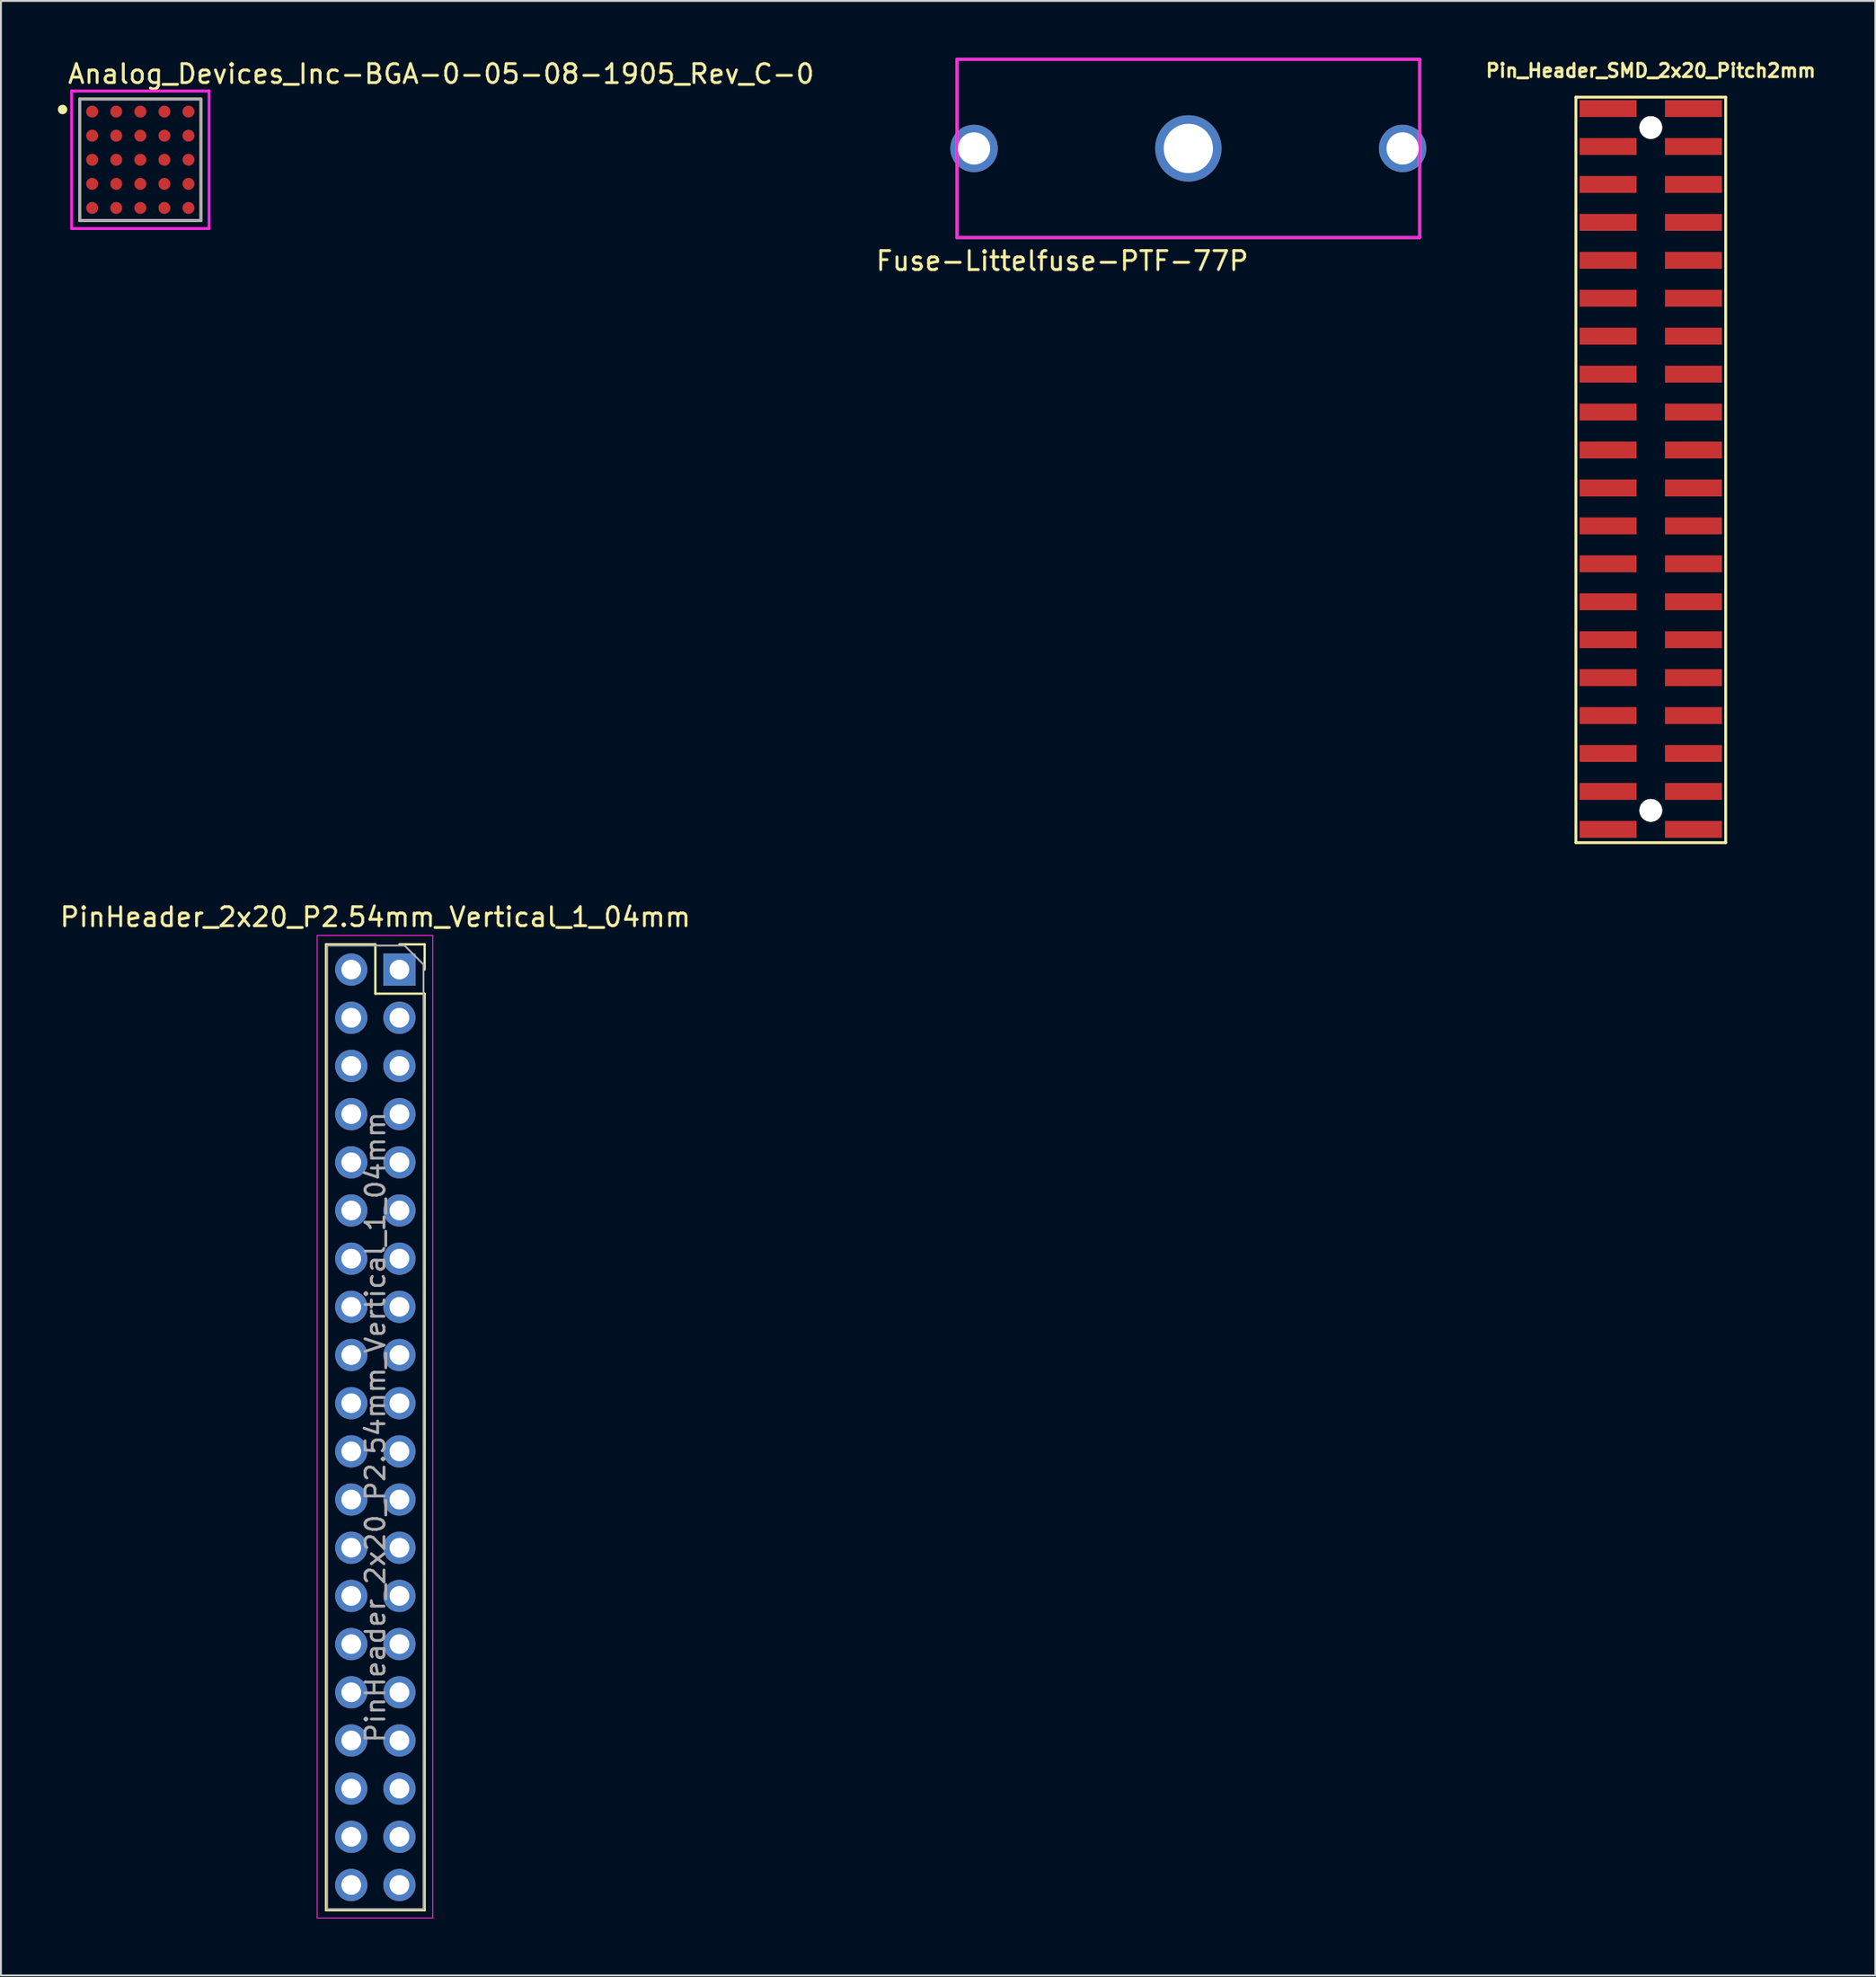
<source format=kicad_pcb>
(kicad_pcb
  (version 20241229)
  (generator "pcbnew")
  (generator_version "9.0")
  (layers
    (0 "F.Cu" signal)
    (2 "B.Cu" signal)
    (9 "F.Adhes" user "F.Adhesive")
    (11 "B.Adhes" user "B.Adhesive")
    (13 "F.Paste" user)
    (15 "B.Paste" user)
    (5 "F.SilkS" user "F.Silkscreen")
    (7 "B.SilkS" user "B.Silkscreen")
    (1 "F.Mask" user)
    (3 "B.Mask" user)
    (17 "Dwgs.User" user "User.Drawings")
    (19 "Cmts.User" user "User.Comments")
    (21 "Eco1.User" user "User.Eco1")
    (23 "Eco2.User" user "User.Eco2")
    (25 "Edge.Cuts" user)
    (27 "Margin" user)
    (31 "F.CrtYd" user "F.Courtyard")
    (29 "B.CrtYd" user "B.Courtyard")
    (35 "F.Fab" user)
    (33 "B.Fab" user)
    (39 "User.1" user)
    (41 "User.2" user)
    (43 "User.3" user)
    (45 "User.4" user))
  (footprint "Fuse-Littelfuse-PTF-77P"
    (layer "F.Cu")
    (at 59.618 4.775)
    (property "Reference" "Fuse-Littelfuse-PTF-77P" (at -6.65 5.93 0) (layer "F.SilkS") (effects (font (size 1 1) (thickness 0.15))))
    (attr through_hole)
    (fp_line (start -12.2 -4.7) (end -12.2 4.7) (stroke (width 0.15) (type solid)) (layer "F.SilkS"))
    (fp_line (start -12.2 4.7) (end 12.2 4.7) (stroke (width 0.15) (type solid)) (layer "F.SilkS"))
    (fp_line (start 12.2 -4.7) (end -12.2 -4.7) (stroke (width 0.15) (type solid)) (layer "F.SilkS"))
    (fp_line (start 12.2 4.7) (end 12.2 -4.7) (stroke (width 0.15) (type solid)) (layer "F.SilkS"))
    (fp_line (start -12.2 -4.7) (end 12.2 -4.7) (stroke (width 0.15) (type solid)) (layer "F.CrtYd"))
    (fp_line (start -12.2 4.7) (end -12.2 -4.7) (stroke (width 0.15) (type solid)) (layer "F.CrtYd"))
    (fp_line (start 12.2 4.7) (end -12.2 4.7) (stroke (width 0.15) (type solid)) (layer "F.CrtYd"))
    (fp_line (start 12.2 4.7) (end 12.2 -4.7) (stroke (width 0.15) (type solid)) (layer "F.CrtYd"))
    (pad "" np_thru_hole circle (at 0 0) (size 3.5 3.5) (drill 2.6) (layers "*.Cu" "*.Mask"))
    (pad "1" thru_hole circle (at -11.3 0) (size 2.5 2.5) (drill 1.7) (layers "*.Cu" "*.Mask"))
    (pad "2" thru_hole circle (at 11.3 0) (size 2.5 2.5) (drill 1.7) (layers "*.Cu" "*.Mask")))
  (footprint "PinHeader_2x20_P2.54mm_Vertical_1_04mm"
    (layer "F.Cu")
    (at 18.014 48.066)
    (property "Reference" "PinHeader_2x20_P2.54mm_Vertical_1_04mm" (at -1.27 -2.77 0) (layer "F.SilkS") (effects (font (size 1 1) (thickness 0.15))))
    (attr through_hole)
    (fp_line (start -3.87 -1.33) (end -3.87 49.59) (stroke (width 0.12) (type solid)) (layer "F.SilkS"))
    (fp_line (start -3.87 -1.33) (end -1.27 -1.33) (stroke (width 0.12) (type solid)) (layer "F.SilkS"))
    (fp_line (start -3.87 49.59) (end 1.33 49.59) (stroke (width 0.12) (type solid)) (layer "F.SilkS"))
    (fp_line (start -1.27 -1.33) (end -1.27 1.27) (stroke (width 0.12) (type solid)) (layer "F.SilkS"))
    (fp_line (start -1.27 1.27) (end 1.33 1.27) (stroke (width 0.12) (type solid)) (layer "F.SilkS"))
    (fp_line (start 0 -1.33) (end 1.33 -1.33) (stroke (width 0.12) (type solid)) (layer "F.SilkS"))
    (fp_line (start 1.33 -1.33) (end 1.33 0) (stroke (width 0.12) (type solid)) (layer "F.SilkS"))
    (fp_line (start 1.33 1.27) (end 1.33 49.59) (stroke (width 0.12) (type solid)) (layer "F.SilkS"))
    (fp_line (start -4.34 -1.8) (end 1.76 -1.8) (stroke (width 0.05) (type solid)) (layer "F.CrtYd"))
    (fp_line (start -4.34 50) (end -4.34 -1.8) (stroke (width 0.05) (type solid)) (layer "F.CrtYd"))
    (fp_line (start 1.76 -1.8) (end 1.76 50) (stroke (width 0.05) (type solid)) (layer "F.CrtYd"))
    (fp_line (start 1.76 50) (end -4.34 50) (stroke (width 0.05) (type solid)) (layer "F.CrtYd"))
    (fp_line (start -3.81 -1.27) (end 0.27 -1.27) (stroke (width 0.1) (type solid)) (layer "F.Fab"))
    (fp_line (start -3.81 49.53) (end -3.81 -1.27) (stroke (width 0.1) (type solid)) (layer "F.Fab"))
    (fp_line (start 0.27 -1.27) (end 1.27 -0.27) (stroke (width 0.1) (type solid)) (layer "F.Fab"))
    (fp_line (start 1.27 -0.27) (end 1.27 49.53) (stroke (width 0.1) (type solid)) (layer "F.Fab"))
    (fp_line (start 1.27 49.53) (end -3.81 49.53) (stroke (width 0.1) (type solid)) (layer "F.Fab"))
    (fp_text user "${REFERENCE}" (at -1.27 24.13 90) (layer "F.Fab") (effects (font (size 1 1) (thickness 0.15))))
    (pad "1" thru_hole rect (at 0 0) (size 1.7 1.7) (drill 1.04) (layers "*.Cu" "*.Mask"))
    (pad "2" thru_hole oval (at -2.54 0) (size 1.7 1.7) (drill 1.04) (layers "*.Cu" "*.Mask"))
    (pad "3" thru_hole oval (at 0 2.54) (size 1.7 1.7) (drill 1.04) (layers "*.Cu" "*.Mask"))
    (pad "4" thru_hole oval (at -2.54 2.54) (size 1.7 1.7) (drill 1.04) (layers "*.Cu" "*.Mask"))
    (pad "5" thru_hole oval (at 0 5.08) (size 1.7 1.7) (drill 1.04) (layers "*.Cu" "*.Mask"))
    (pad "6" thru_hole oval (at -2.54 5.08) (size 1.7 1.7) (drill 1.04) (layers "*.Cu" "*.Mask"))
    (pad "7" thru_hole oval (at 0 7.62) (size 1.7 1.7) (drill 1.04) (layers "*.Cu" "*.Mask"))
    (pad "8" thru_hole oval (at -2.54 7.62) (size 1.7 1.7) (drill 1.04) (layers "*.Cu" "*.Mask"))
    (pad "9" thru_hole oval (at 0 10.16) (size 1.7 1.7) (drill 1.04) (layers "*.Cu" "*.Mask"))
    (pad "10" thru_hole oval (at -2.54 10.16) (size 1.7 1.7) (drill 1.04) (layers "*.Cu" "*.Mask"))
    (pad "11" thru_hole oval (at 0 12.7) (size 1.7 1.7) (drill 1.04) (layers "*.Cu" "*.Mask"))
    (pad "12" thru_hole oval (at -2.54 12.7) (size 1.7 1.7) (drill 1.04) (layers "*.Cu" "*.Mask"))
    (pad "13" thru_hole oval (at 0 15.24) (size 1.7 1.7) (drill 1.04) (layers "*.Cu" "*.Mask"))
    (pad "14" thru_hole oval (at -2.54 15.24) (size 1.7 1.7) (drill 1.04) (layers "*.Cu" "*.Mask"))
    (pad "15" thru_hole oval (at 0 17.78) (size 1.7 1.7) (drill 1.04) (layers "*.Cu" "*.Mask"))
    (pad "16" thru_hole oval (at -2.54 17.78) (size 1.7 1.7) (drill 1.04) (layers "*.Cu" "*.Mask"))
    (pad "17" thru_hole oval (at 0 20.32) (size 1.7 1.7) (drill 1.04) (layers "*.Cu" "*.Mask"))
    (pad "18" thru_hole oval (at -2.54 20.32) (size 1.7 1.7) (drill 1.04) (layers "*.Cu" "*.Mask"))
    (pad "19" thru_hole oval (at 0 22.86) (size 1.7 1.7) (drill 1.04) (layers "*.Cu" "*.Mask"))
    (pad "20" thru_hole oval (at -2.54 22.86) (size 1.7 1.7) (drill 1.04) (layers "*.Cu" "*.Mask"))
    (pad "21" thru_hole oval (at 0 25.4) (size 1.7 1.7) (drill 1.04) (layers "*.Cu" "*.Mask"))
    (pad "22" thru_hole oval (at -2.54 25.4) (size 1.7 1.7) (drill 1.04) (layers "*.Cu" "*.Mask"))
    (pad "23" thru_hole oval (at 0 27.94) (size 1.7 1.7) (drill 1.04) (layers "*.Cu" "*.Mask"))
    (pad "24" thru_hole oval (at -2.54 27.94) (size 1.7 1.7) (drill 1.04) (layers "*.Cu" "*.Mask"))
    (pad "25" thru_hole oval (at 0 30.48) (size 1.7 1.7) (drill 1.04) (layers "*.Cu" "*.Mask"))
    (pad "26" thru_hole oval (at -2.54 30.48) (size 1.7 1.7) (drill 1.04) (layers "*.Cu" "*.Mask"))
    (pad "27" thru_hole oval (at 0 33.02) (size 1.7 1.7) (drill 1.04) (layers "*.Cu" "*.Mask"))
    (pad "28" thru_hole oval (at -2.54 33.02) (size 1.7 1.7) (drill 1.04) (layers "*.Cu" "*.Mask"))
    (pad "29" thru_hole oval (at 0 35.56) (size 1.7 1.7) (drill 1.04) (layers "*.Cu" "*.Mask"))
    (pad "30" thru_hole oval (at -2.54 35.56) (size 1.7 1.7) (drill 1.04) (layers "*.Cu" "*.Mask"))
    (pad "31" thru_hole oval (at 0 38.1) (size 1.7 1.7) (drill 1.04) (layers "*.Cu" "*.Mask"))
    (pad "32" thru_hole oval (at -2.54 38.1) (size 1.7 1.7) (drill 1.04) (layers "*.Cu" "*.Mask"))
    (pad "33" thru_hole oval (at 0 40.64) (size 1.7 1.7) (drill 1.04) (layers "*.Cu" "*.Mask"))
    (pad "34" thru_hole oval (at -2.54 40.64) (size 1.7 1.7) (drill 1.04) (layers "*.Cu" "*.Mask"))
    (pad "35" thru_hole oval (at 0 43.18) (size 1.7 1.7) (drill 1.04) (layers "*.Cu" "*.Mask"))
    (pad "36" thru_hole oval (at -2.54 43.18) (size 1.7 1.7) (drill 1.04) (layers "*.Cu" "*.Mask"))
    (pad "37" thru_hole oval (at 0 45.72) (size 1.7 1.7) (drill 1.04) (layers "*.Cu" "*.Mask"))
    (pad "38" thru_hole oval (at -2.54 45.72) (size 1.7 1.7) (drill 1.04) (layers "*.Cu" "*.Mask"))
    (pad "39" thru_hole oval (at 0 48.26) (size 1.7 1.7) (drill 1.04) (layers "*.Cu" "*.Mask"))
    (pad "40" thru_hole oval (at -2.54 48.26) (size 1.7 1.7) (drill 1.04) (layers "*.Cu" "*.Mask")))
  (footprint "Analog_Devices_Inc-BGA-0-05-08-1905_Rev_C-0"
    (layer "F.Cu")
    (at 4.35 5.373)
    (property "Reference" "Analog_Devices_Inc-BGA-0-05-08-1905_Rev_C-0" (at -3.9 -4.525 0) (layer "F.SilkS") (effects (font (size 1 1) (thickness 0.15)) (justify left)))
    (attr through_hole)
    (fp_line (start -3.2 -3.2) (end 3.2 -3.2) (stroke (width 0.15) (type solid)) (layer "F.SilkS"))
    (fp_line (start -3.2 3.2) (end -3.2 -3.2) (stroke (width 0.15) (type solid)) (layer "F.SilkS"))
    (fp_line (start 3.2 -3.2) (end 3.2 3.2) (stroke (width 0.15) (type solid)) (layer "F.SilkS"))
    (fp_line (start 3.2 3.2) (end -3.2 3.2) (stroke (width 0.15) (type solid)) (layer "F.SilkS"))
    (fp_circle (center -4.1 -2.65) (end -3.975 -2.65) (stroke (width 0.25) (type solid)) (fill no) (layer "F.SilkS"))
    (fp_line (start -3.625 -3.625) (end -3.625 3.625) (stroke (width 0.15) (type solid)) (layer "F.CrtYd"))
    (fp_line (start -3.625 3.625) (end 3.625 3.625) (stroke (width 0.15) (type solid)) (layer "F.CrtYd"))
    (fp_line (start 3.625 -3.625) (end -3.625 -3.625) (stroke (width 0.15) (type solid)) (layer "F.CrtYd"))
    (fp_line (start 3.625 -3.625) (end 3.625 -3.625) (stroke (width 0.15) (type solid)) (layer "F.CrtYd"))
    (fp_line (start 3.625 3.625) (end 3.625 -3.625) (stroke (width 0.15) (type solid)) (layer "F.CrtYd"))
    (fp_line (start -3.2 -3.2) (end 3.2 -3.2) (stroke (width 0.15) (type solid)) (layer "F.Fab"))
    (fp_line (start -3.2 3.2) (end -3.2 -3.2) (stroke (width 0.15) (type solid)) (layer "F.Fab"))
    (fp_line (start 3.2 -3.2) (end 3.2 3.2) (stroke (width 0.15) (type solid)) (layer "F.Fab"))
    (fp_line (start 3.2 3.2) (end -3.2 3.2) (stroke (width 0.15) (type solid)) (layer "F.Fab"))
    (pad "A1" smd circle (at -2.54 -2.54) (size 0.63 0.63) (layers "F.Cu" "F.Mask" "F.Paste"))
    (pad "A2" smd circle (at -1.27 -2.54) (size 0.63 0.63) (layers "F.Cu" "F.Mask" "F.Paste"))
    (pad "A3" smd circle (at 0 -2.54) (size 0.63 0.63) (layers "F.Cu" "F.Mask" "F.Paste"))
    (pad "A4" smd circle (at 1.27 -2.54) (size 0.63 0.63) (layers "F.Cu" "F.Mask" "F.Paste"))
    (pad "A5" smd circle (at 2.54 -2.54) (size 0.63 0.63) (layers "F.Cu" "F.Mask" "F.Paste"))
    (pad "B1" smd circle (at -2.54 -1.27) (size 0.63 0.63) (layers "F.Cu" "F.Mask" "F.Paste"))
    (pad "B2" smd circle (at -1.27 -1.27) (size 0.63 0.63) (layers "F.Cu" "F.Mask" "F.Paste"))
    (pad "B3" smd circle (at 0 -1.27) (size 0.63 0.63) (layers "F.Cu" "F.Mask" "F.Paste"))
    (pad "B4" smd circle (at 1.27 -1.27) (size 0.63 0.63) (layers "F.Cu" "F.Mask" "F.Paste"))
    (pad "B5" smd circle (at 2.54 -1.27) (size 0.63 0.63) (layers "F.Cu" "F.Mask" "F.Paste"))
    (pad "C1" smd circle (at -2.54 0) (size 0.63 0.63) (layers "F.Cu" "F.Mask" "F.Paste"))
    (pad "C2" smd circle (at -1.27 0) (size 0.63 0.63) (layers "F.Cu" "F.Mask" "F.Paste"))
    (pad "C3" smd circle (at 0 0) (size 0.63 0.63) (layers "F.Cu" "F.Mask" "F.Paste"))
    (pad "C4" smd circle (at 1.27 0) (size 0.63 0.63) (layers "F.Cu" "F.Mask" "F.Paste"))
    (pad "C5" smd circle (at 2.54 0) (size 0.63 0.63) (layers "F.Cu" "F.Mask" "F.Paste"))
    (pad "D1" smd circle (at -2.54 1.27) (size 0.63 0.63) (layers "F.Cu" "F.Mask" "F.Paste"))
    (pad "D2" smd circle (at -1.27 1.27) (size 0.63 0.63) (layers "F.Cu" "F.Mask" "F.Paste"))
    (pad "D3" smd circle (at 0 1.27) (size 0.63 0.63) (layers "F.Cu" "F.Mask" "F.Paste"))
    (pad "D4" smd circle (at 1.27 1.27) (size 0.63 0.63) (layers "F.Cu" "F.Mask" "F.Paste"))
    (pad "D5" smd circle (at 2.54 1.27) (size 0.63 0.63) (layers "F.Cu" "F.Mask" "F.Paste"))
    (pad "E1" smd circle (at -2.54 2.54) (size 0.63 0.63) (layers "F.Cu" "F.Mask" "F.Paste"))
    (pad "E2" smd circle (at -1.27 2.54) (size 0.63 0.63) (layers "F.Cu" "F.Mask" "F.Paste"))
    (pad "E3" smd circle (at 0 2.54) (size 0.63 0.63) (layers "F.Cu" "F.Mask" "F.Paste"))
    (pad "E4" smd circle (at 1.27 2.54) (size 0.63 0.63) (layers "F.Cu" "F.Mask" "F.Paste"))
    (pad "E5" smd circle (at 2.54 2.54) (size 0.63 0.63) (layers "F.Cu" "F.Mask" "F.Paste")))
  (footprint "Pin_Header_SMD_2x20_Pitch2mm"
    (layer "F.Cu")
    (at 85.006 2.673)
    (property "Reference" "Pin_Header_SMD_2x20_Pitch2mm" (at -1 -2 0) (layer "F.SilkS") (effects (font (size 0.7 0.7) (thickness 0.15))))
    (attr smd)
    (fp_line (start -4.95 -0.6) (end -4.95 38.7) (stroke (width 0.15) (type solid)) (layer "F.SilkS"))
    (fp_line (start -4.95 -0.6) (end 2.95 -0.6) (stroke (width 0.15) (type solid)) (layer "F.SilkS"))
    (fp_line (start -4.95 38.7) (end 2.95 38.7) (stroke (width 0.15) (type solid)) (layer "F.SilkS"))
    (fp_line (start 2.95 -0.6) (end 2.95 38.7) (stroke (width 0.15) (type solid)) (layer "F.SilkS"))
    (pad "" np_thru_hole circle (at -1 1 270) (size 1.2 1.2) (drill 1.2) (layers "*.Cu" "*.Mask" "F.SilkS"))
    (pad "" np_thru_hole circle (at -1 37 270) (size 1.2 1.2) (drill 1.2) (layers "*.Cu" "*.Mask" "F.SilkS"))
    (pad "1" smd rect (at 1.25 0 270) (size 0.89 3) (layers "F.Cu" "F.Mask" "F.Paste"))
    (pad "2" smd rect (at -3.25 0 270) (size 0.89 3) (layers "F.Cu" "F.Mask" "F.Paste"))
    (pad "3" smd rect (at 1.25 2 270) (size 0.89 3) (layers "F.Cu" "F.Mask" "F.Paste"))
    (pad "4" smd rect (at -3.25 2 270) (size 0.89 3) (layers "F.Cu" "F.Mask" "F.Paste"))
    (pad "5" smd rect (at 1.25 4 270) (size 0.89 3) (layers "F.Cu" "F.Mask" "F.Paste"))
    (pad "6" smd rect (at -3.25 4 270) (size 0.89 3) (layers "F.Cu" "F.Mask" "F.Paste"))
    (pad "7" smd rect (at 1.25 6 270) (size 0.89 3) (layers "F.Cu" "F.Mask" "F.Paste"))
    (pad "8" smd rect (at -3.25 6 270) (size 0.89 3) (layers "F.Cu" "F.Mask" "F.Paste"))
    (pad "9" smd rect (at 1.25 8 270) (size 0.89 3) (layers "F.Cu" "F.Mask" "F.Paste"))
    (pad "10" smd rect (at -3.25 8 270) (size 0.89 3) (layers "F.Cu" "F.Mask" "F.Paste"))
    (pad "11" smd rect (at 1.25 10 270) (size 0.89 3) (layers "F.Cu" "F.Mask" "F.Paste"))
    (pad "12" smd rect (at -3.25 10 270) (size 0.89 3) (layers "F.Cu" "F.Mask" "F.Paste"))
    (pad "13" smd rect (at 1.25 12 270) (size 0.89 3) (layers "F.Cu" "F.Mask" "F.Paste"))
    (pad "14" smd rect (at -3.25 12 270) (size 0.89 3) (layers "F.Cu" "F.Mask" "F.Paste"))
    (pad "15" smd rect (at 1.25 14 270) (size 0.89 3) (layers "F.Cu" "F.Mask" "F.Paste"))
    (pad "16" smd rect (at -3.25 14 270) (size 0.89 3) (layers "F.Cu" "F.Mask" "F.Paste"))
    (pad "17" smd rect (at 1.25 16 270) (size 0.89 3) (layers "F.Cu" "F.Mask" "F.Paste"))
    (pad "18" smd rect (at -3.25 16 270) (size 0.89 3) (layers "F.Cu" "F.Mask" "F.Paste"))
    (pad "19" smd rect (at 1.25 18 270) (size 0.89 3) (layers "F.Cu" "F.Mask" "F.Paste"))
    (pad "20" smd rect (at -3.25 18 270) (size 0.89 3) (layers "F.Cu" "F.Mask" "F.Paste"))
    (pad "21" smd rect (at 1.25 20 270) (size 0.89 3) (layers "F.Cu" "F.Mask" "F.Paste"))
    (pad "22" smd rect (at -3.25 20 270) (size 0.89 3) (layers "F.Cu" "F.Mask" "F.Paste"))
    (pad "23" smd rect (at 1.25 22 270) (size 0.89 3) (layers "F.Cu" "F.Mask" "F.Paste"))
    (pad "24" smd rect (at -3.25 22 270) (size 0.89 3) (layers "F.Cu" "F.Mask" "F.Paste"))
    (pad "25" smd rect (at 1.25 24 270) (size 0.89 3) (layers "F.Cu" "F.Mask" "F.Paste"))
    (pad "26" smd rect (at -3.25 24 270) (size 0.89 3) (layers "F.Cu" "F.Mask" "F.Paste"))
    (pad "27" smd rect (at 1.25 26 270) (size 0.89 3) (layers "F.Cu" "F.Mask" "F.Paste"))
    (pad "28" smd rect (at -3.25 26 270) (size 0.89 3) (layers "F.Cu" "F.Mask" "F.Paste"))
    (pad "29" smd rect (at 1.25 28 270) (size 0.89 3) (layers "F.Cu" "F.Mask" "F.Paste"))
    (pad "30" smd rect (at -3.25 28 270) (size 0.89 3) (layers "F.Cu" "F.Mask" "F.Paste"))
    (pad "31" smd rect (at 1.25 30 270) (size 0.89 3) (layers "F.Cu" "F.Mask" "F.Paste"))
    (pad "32" smd rect (at -3.25 30 270) (size 0.89 3) (layers "F.Cu" "F.Mask" "F.Paste"))
    (pad "33" smd rect (at 1.25 32 270) (size 0.89 3) (layers "F.Cu" "F.Mask" "F.Paste"))
    (pad "34" smd rect (at -3.25 32 270) (size 0.89 3) (layers "F.Cu" "F.Mask" "F.Paste"))
    (pad "35" smd rect (at 1.25 34 270) (size 0.89 3) (layers "F.Cu" "F.Mask" "F.Paste"))
    (pad "36" smd rect (at -3.25 34 270) (size 0.89 3) (layers "F.Cu" "F.Mask" "F.Paste"))
    (pad "37" smd rect (at 1.25 36 270) (size 0.89 3) (layers "F.Cu" "F.Mask" "F.Paste"))
    (pad "38" smd rect (at -3.25 36 270) (size 0.89 3) (layers "F.Cu" "F.Mask" "F.Paste"))
    (pad "39" smd rect (at 1.25 38 270) (size 0.89 3) (layers "F.Cu" "F.Mask" "F.Paste"))
    (pad "40" smd rect (at -3.25 38 270) (size 0.89 3) (layers "F.Cu" "F.Mask" "F.Paste")))
  (gr_rect
    (start -3 -3)
    (end 95.845 101.091)
    (stroke (width 0.1) (type default))
    (fill no)
    (layer "Edge.Cuts")))
</source>
